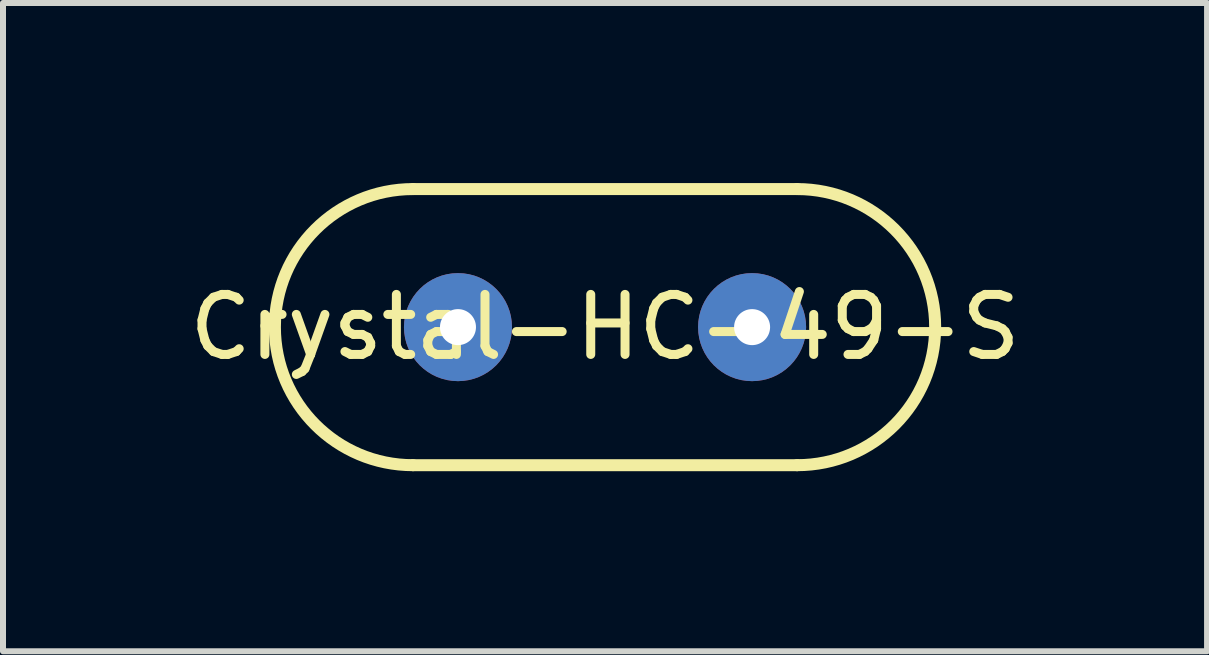
<source format=kicad_pcb>
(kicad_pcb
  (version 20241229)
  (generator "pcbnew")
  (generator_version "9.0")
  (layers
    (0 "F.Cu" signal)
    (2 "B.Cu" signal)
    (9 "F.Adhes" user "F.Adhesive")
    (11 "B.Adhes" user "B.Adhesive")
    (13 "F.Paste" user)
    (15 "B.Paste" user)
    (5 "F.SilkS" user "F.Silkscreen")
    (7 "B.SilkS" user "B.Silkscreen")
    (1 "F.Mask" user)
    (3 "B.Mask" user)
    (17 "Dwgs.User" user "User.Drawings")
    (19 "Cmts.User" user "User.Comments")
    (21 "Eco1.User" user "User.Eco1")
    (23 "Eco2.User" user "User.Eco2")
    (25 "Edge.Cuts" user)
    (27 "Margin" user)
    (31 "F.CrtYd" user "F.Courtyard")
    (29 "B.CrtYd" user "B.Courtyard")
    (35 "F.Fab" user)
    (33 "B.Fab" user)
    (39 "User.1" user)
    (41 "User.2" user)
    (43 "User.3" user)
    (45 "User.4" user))
  (footprint "Crystal-HC-49-S"
    (layer "F.Cu")
    (at 7.03 2.4)
    (property "Reference" "Crystal-HC-49-S" (at 0 0 0) (layer "F.SilkS") (effects (font (size 1 1) (thickness 0.15))))
    (attr through_hole)
    (fp_line (start -3.2 -2.3) (end 3.2 -2.3) (stroke (width 0.2) (type solid)) (layer "F.SilkS"))
    (fp_line (start -3.2 2.3) (end 3.2 2.3) (stroke (width 0.2) (type solid)) (layer "F.SilkS"))
    (fp_arc (start -3.2 2.3) (mid -5.5 0) (end -3.2 -2.3) (stroke (width 0.2) (type solid)) (layer "F.SilkS"))
    (fp_arc (start 3.2 -2.3) (mid 5.5 0) (end 3.2 2.3) (stroke (width 0.2) (type solid)) (layer "F.SilkS"))
    (pad "1" thru_hole circle (at -2.45 0) (size 1.8 1.8) (drill 0.6) (layers "*.Cu" "*.Mask"))
    (pad "2" thru_hole circle (at 2.45 0) (size 1.8 1.8) (drill 0.6) (layers "*.Cu" "*.Mask")))
  (gr_rect
    (start -3 -3)
    (end 17.06 7.8)
    (stroke (width 0.1) (type default))
    (fill no)
    (layer "Edge.Cuts")))
</source>
